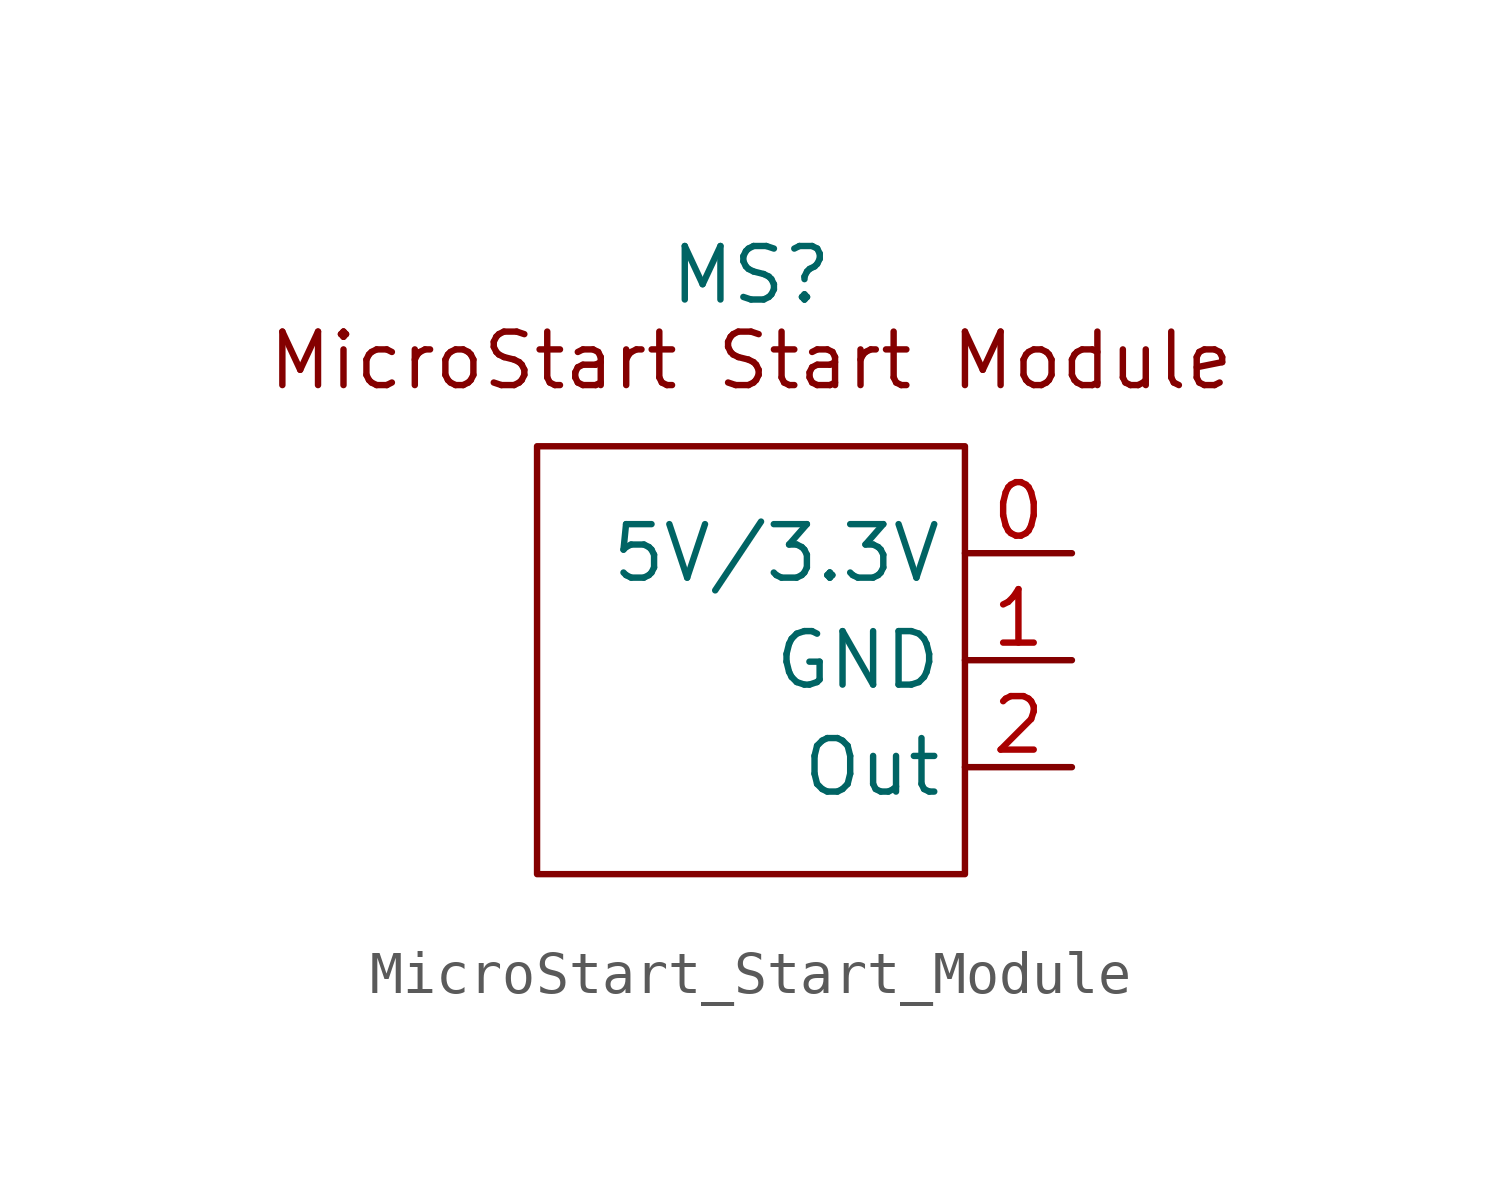
<source format=kicad_sym>
(kicad_symbol_lib
  (version 20241209)
  (generator "kicad_symbol_editor")
  (generator_version "9.0")
  (symbol "MicroStart_Start_Module"
    (property "Reference" "MS"
      (at 0 9.144 0)
      (effects (font (size 1.27 1.27))))
    (property "Value" ""
      (at 0 0 0)
      (effects (font (size 1.27 1.27))))
    (symbol "MicroStart_Start_Module_0_1"
      (rectangle (start -5.08 5.08) (end 5.08 -5.08) (stroke (width 0) (type default)) (fill (type none))))
    (symbol "MicroStart_Start_Module_1_1"
      (text "MicroStart Start Module\n" (at 0 7.112 0) (effects (font (size 1.27 1.27))))
      (pin power_in line (at 7.62 2.54 180) (length 2.54) (name "5V/3.3V" (effects (font (size 1.27 1.27)))) (number "0" (effects (font (size 1.27 1.27)))))
      (pin power_in line (at 7.62 0 180) (length 2.54) (name "GND" (effects (font (size 1.27 1.27)))) (number "1" (effects (font (size 1.27 1.27)))))
      (pin output line (at 7.62 -2.54 180) (length 2.54) (name "Out" (effects (font (size 1.27 1.27)))) (number "2" (effects (font (size 1.27 1.27))))))))
</source>
